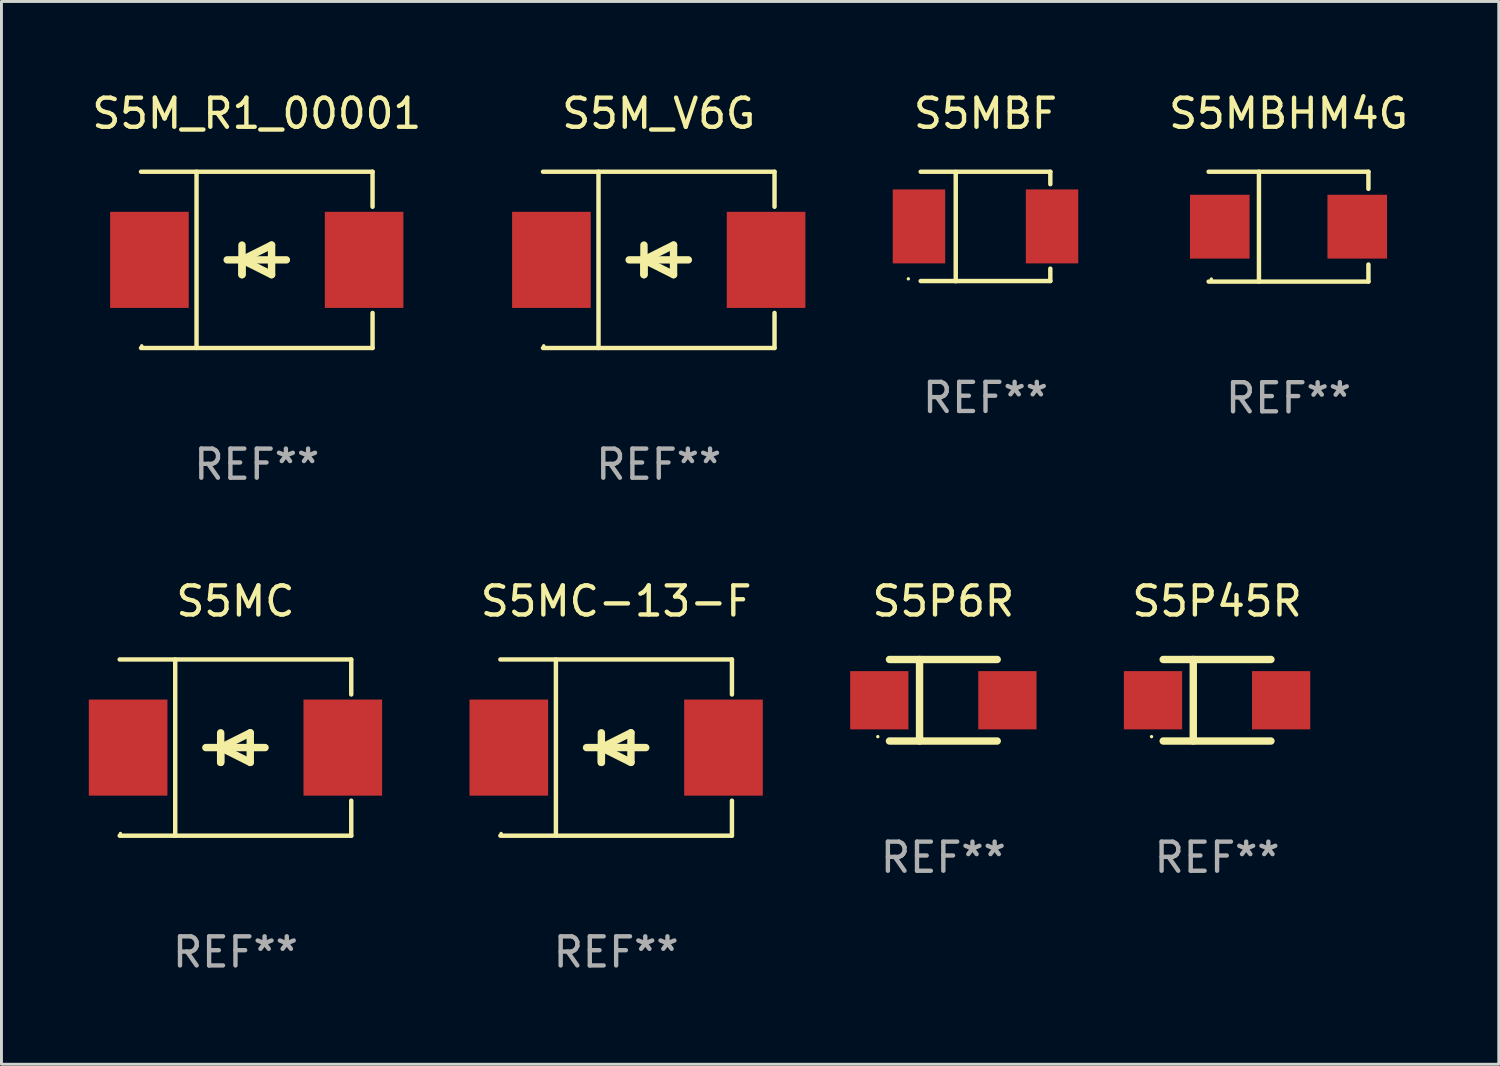
<source format=kicad_pcb>
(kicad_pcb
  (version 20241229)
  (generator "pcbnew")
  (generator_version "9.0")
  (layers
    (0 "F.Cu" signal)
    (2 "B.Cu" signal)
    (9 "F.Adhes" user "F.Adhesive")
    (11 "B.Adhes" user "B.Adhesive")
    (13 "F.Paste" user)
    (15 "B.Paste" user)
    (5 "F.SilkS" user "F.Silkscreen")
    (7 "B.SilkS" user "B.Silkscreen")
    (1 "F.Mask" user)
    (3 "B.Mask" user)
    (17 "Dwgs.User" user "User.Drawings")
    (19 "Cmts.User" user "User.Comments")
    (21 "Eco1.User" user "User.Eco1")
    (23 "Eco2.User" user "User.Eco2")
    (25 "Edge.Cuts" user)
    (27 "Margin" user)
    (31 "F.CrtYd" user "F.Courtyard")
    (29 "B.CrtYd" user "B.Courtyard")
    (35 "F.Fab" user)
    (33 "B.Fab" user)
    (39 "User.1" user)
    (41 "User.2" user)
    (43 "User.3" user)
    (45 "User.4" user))
  (footprint "S5MC-13-F"
    (layer "F.Cu")
    (at 18.109 22.623)
    (property "Reference" "S5MC-13-F" (at 0 -5.026 0) (layer "F.SilkS") (effects (font (size 1 1) (thickness 0.15))))
    (attr through_hole)
    (fp_line (start -3.976 -3.026) (end 3.976 -3.026) (stroke (width 0.152) (type solid)) (layer "F.SilkS"))
    (fp_line (start -3.976 3.026) (end 3.976 3.026) (stroke (width 0.152) (type solid)) (layer "F.SilkS"))
    (fp_line (start -2.069 -3.026) (end -2.069 3.026) (stroke (width 0.152) (type solid)) (layer "F.SilkS"))
    (fp_line (start -0.508 0) (end -0.508 0.508) (stroke (width 0.254) (type solid)) (layer "F.SilkS"))
    (fp_line (start -0.508 0) (end 0.508 0.508) (stroke (width 0.254) (type solid)) (layer "F.SilkS"))
    (fp_line (start -0.508 0.508) (end -0.508 -0.508) (stroke (width 0.254) (type solid)) (layer "F.SilkS"))
    (fp_line (start 0.508 -0.508) (end -0.508 0) (stroke (width 0.254) (type solid)) (layer "F.SilkS"))
    (fp_line (start 0.508 0.508) (end 0.508 -0.508) (stroke (width 0.254) (type solid)) (layer "F.SilkS"))
    (fp_line (start 1.016 0) (end -1.016 0) (stroke (width 0.254) (type solid)) (layer "F.SilkS"))
    (fp_line (start 3.976 -3.026) (end 3.976 -1.823) (stroke (width 0.152) (type solid)) (layer "F.SilkS"))
    (fp_line (start 3.976 3.026) (end 3.976 1.823) (stroke (width 0.152) (type solid)) (layer "F.SilkS"))
    (fp_circle (center -3.95 2.95) (end -3.92 2.95) (stroke (width 0.06) (type solid)) (fill no) (layer "F.SilkS"))
    (fp_text user "REF**" (at 0 7.026 0) (layer "F.Fab") (effects (font (size 1 1) (thickness 0.15))))
    (pad "1" smd rect (at -3.686 0) (size 2.7 3.3) (layers "F.Cu" "F.Mask" "F.Paste"))
    (pad "2" smd rect (at 3.686 0) (size 2.7 3.3) (layers "F.Cu" "F.Mask" "F.Paste")))
  (footprint "S5MBHM4G"
    (layer "F.Cu")
    (at 41.199 4.734)
    (property "Reference" "S5MBHM4G" (at 0 -3.886 0) (layer "F.SilkS") (effects (font (size 1 1) (thickness 0.15))))
    (attr through_hole)
    (fp_line (start -2.744 -1.886) (end 2.744 -1.886) (stroke (width 0.152) (type solid)) (layer "F.SilkS"))
    (fp_line (start -2.744 1.886) (end 2.744 1.886) (stroke (width 0.152) (type solid)) (layer "F.SilkS"))
    (fp_line (start -1.016 -1.886) (end -1.016 1.886) (stroke (width 0.152) (type solid)) (layer "F.SilkS"))
    (fp_line (start 2.744 -1.886) (end 2.744 -1.299) (stroke (width 0.152) (type solid)) (layer "F.SilkS"))
    (fp_line (start 2.744 1.886) (end 2.744 1.299) (stroke (width 0.152) (type solid)) (layer "F.SilkS"))
    (fp_circle (center -2.65 1.8) (end -2.62 1.8) (stroke (width 0.06) (type solid)) (fill no) (layer "F.SilkS"))
    (fp_text user "REF**" (at 0 5.886 0) (layer "F.Fab") (effects (font (size 1 1) (thickness 0.15))))
    (pad "1" smd rect (at -2.361 0) (size 2.047 2.192) (layers "F.Cu" "F.Mask" "F.Paste"))
    (pad "2" smd rect (at 2.361 0) (size 2.047 2.192) (layers "F.Cu" "F.Mask" "F.Paste")))
  (footprint "S5M_V6G"
    (layer "F.Cu")
    (at 19.572 5.874)
    (property "Reference" "S5M_V6G" (at 0 -5.026 0) (layer "F.SilkS") (effects (font (size 1 1) (thickness 0.15))))
    (attr through_hole)
    (fp_line (start -3.976 -3.026) (end 3.976 -3.026) (stroke (width 0.152) (type solid)) (layer "F.SilkS"))
    (fp_line (start -3.976 3.026) (end 3.976 3.026) (stroke (width 0.152) (type solid)) (layer "F.SilkS"))
    (fp_line (start -2.069 -3.026) (end -2.069 3.026) (stroke (width 0.152) (type solid)) (layer "F.SilkS"))
    (fp_line (start -0.508 0) (end -0.508 0.508) (stroke (width 0.254) (type solid)) (layer "F.SilkS"))
    (fp_line (start -0.508 0) (end 0.508 0.508) (stroke (width 0.254) (type solid)) (layer "F.SilkS"))
    (fp_line (start -0.508 0.508) (end -0.508 -0.508) (stroke (width 0.254) (type solid)) (layer "F.SilkS"))
    (fp_line (start 0.508 -0.508) (end -0.508 0) (stroke (width 0.254) (type solid)) (layer "F.SilkS"))
    (fp_line (start 0.508 0.508) (end 0.508 -0.508) (stroke (width 0.254) (type solid)) (layer "F.SilkS"))
    (fp_line (start 1.016 0) (end -1.016 0) (stroke (width 0.254) (type solid)) (layer "F.SilkS"))
    (fp_line (start 3.976 -3.026) (end 3.976 -1.823) (stroke (width 0.152) (type solid)) (layer "F.SilkS"))
    (fp_line (start 3.976 3.026) (end 3.976 1.823) (stroke (width 0.152) (type solid)) (layer "F.SilkS"))
    (fp_circle (center -3.95 2.95) (end -3.92 2.95) (stroke (width 0.06) (type solid)) (fill no) (layer "F.SilkS"))
    (fp_text user "REF**" (at 0 7.026 0) (layer "F.Fab") (effects (font (size 1 1) (thickness 0.15))))
    (pad "1" smd rect (at -3.686 0) (size 2.7 3.3) (layers "F.Cu" "F.Mask" "F.Paste"))
    (pad "2" smd rect (at 3.686 0) (size 2.7 3.3) (layers "F.Cu" "F.Mask" "F.Paste")))
  (footprint "S5M_R1_00001"
    (layer "F.Cu")
    (at 5.768 5.874)
    (property "Reference" "S5M_R1_00001" (at 0 -5.026 0) (layer "F.SilkS") (effects (font (size 1 1) (thickness 0.15))))
    (attr through_hole)
    (fp_line (start -3.976 -3.026) (end 3.976 -3.026) (stroke (width 0.152) (type solid)) (layer "F.SilkS"))
    (fp_line (start -3.976 3.026) (end 3.976 3.026) (stroke (width 0.152) (type solid)) (layer "F.SilkS"))
    (fp_line (start -2.069 -3.026) (end -2.069 3.026) (stroke (width 0.152) (type solid)) (layer "F.SilkS"))
    (fp_line (start -0.508 0) (end -0.508 0.508) (stroke (width 0.254) (type solid)) (layer "F.SilkS"))
    (fp_line (start -0.508 0) (end 0.508 0.508) (stroke (width 0.254) (type solid)) (layer "F.SilkS"))
    (fp_line (start -0.508 0.508) (end -0.508 -0.508) (stroke (width 0.254) (type solid)) (layer "F.SilkS"))
    (fp_line (start 0.508 -0.508) (end -0.508 0) (stroke (width 0.254) (type solid)) (layer "F.SilkS"))
    (fp_line (start 0.508 0.508) (end 0.508 -0.508) (stroke (width 0.254) (type solid)) (layer "F.SilkS"))
    (fp_line (start 1.016 0) (end -1.016 0) (stroke (width 0.254) (type solid)) (layer "F.SilkS"))
    (fp_line (start 3.976 -3.026) (end 3.976 -1.823) (stroke (width 0.152) (type solid)) (layer "F.SilkS"))
    (fp_line (start 3.976 3.026) (end 3.976 1.823) (stroke (width 0.152) (type solid)) (layer "F.SilkS"))
    (fp_circle (center -3.95 2.95) (end -3.92 2.95) (stroke (width 0.06) (type solid)) (fill no) (layer "F.SilkS"))
    (fp_text user "REF**" (at 0 7.026 0) (layer "F.Fab") (effects (font (size 1 1) (thickness 0.15))))
    (pad "1" smd rect (at -3.686 0) (size 2.7 3.3) (layers "F.Cu" "F.Mask" "F.Paste"))
    (pad "2" smd rect (at 3.686 0) (size 2.7 3.3) (layers "F.Cu" "F.Mask" "F.Paste")))
  (footprint "S5P45R"
    (layer "F.Cu")
    (at 38.745 20.997)
    (property "Reference" "S5P45R" (at 0 -3.4 0) (layer "F.SilkS") (effects (font (size 1 1) (thickness 0.15))))
    (attr through_hole)
    (fp_line (start -1.85 -1.4) (end 1.85 -1.4) (stroke (width 0.254) (type solid)) (layer "F.SilkS"))
    (fp_line (start -1.85 1.4) (end 1.85 1.4) (stroke (width 0.254) (type solid)) (layer "F.SilkS"))
    (fp_line (start -0.817 -1.4) (end -0.817 1.4) (stroke (width 0.254) (type solid)) (layer "F.SilkS"))
    (fp_circle (center -2.25 1.25) (end -2.22 1.25) (stroke (width 0.06) (type solid)) (fill no) (layer "F.SilkS"))
    (fp_text user "REF**" (at 0 5.4 0) (layer "F.Fab") (effects (font (size 1 1) (thickness 0.15))))
    (pad "1" smd rect (at -2.2 -0.000013) (size 2 2) (layers "F.Cu" "F.Mask" "F.Paste"))
    (pad "2" smd rect (at 2.2 -0.000013) (size 2 2) (layers "F.Cu" "F.Mask" "F.Paste")))
  (footprint "S5P6R"
    (layer "F.Cu")
    (at 29.345 20.997)
    (property "Reference" "S5P6R" (at 0 -3.4 0) (layer "F.SilkS") (effects (font (size 1 1) (thickness 0.15))))
    (attr through_hole)
    (fp_line (start -1.85 -1.4) (end 1.85 -1.4) (stroke (width 0.254) (type solid)) (layer "F.SilkS"))
    (fp_line (start -1.85 1.4) (end 1.85 1.4) (stroke (width 0.254) (type solid)) (layer "F.SilkS"))
    (fp_line (start -0.817 -1.4) (end -0.817 1.4) (stroke (width 0.254) (type solid)) (layer "F.SilkS"))
    (fp_circle (center -2.25 1.25) (end -2.22 1.25) (stroke (width 0.06) (type solid)) (fill no) (layer "F.SilkS"))
    (fp_text user "REF**" (at 0 5.4 0) (layer "F.Fab") (effects (font (size 1 1) (thickness 0.15))))
    (pad "1" smd rect (at -2.2 -0.000013) (size 2 2) (layers "F.Cu" "F.Mask" "F.Paste"))
    (pad "2" smd rect (at 2.2 -0.000013) (size 2 2) (layers "F.Cu" "F.Mask" "F.Paste")))
  (footprint "S5MC"
    (layer "F.Cu")
    (at 5.036 22.623)
    (property "Reference" "S5MC" (at 0 -5.026 0) (layer "F.SilkS") (effects (font (size 1 1) (thickness 0.15))))
    (attr through_hole)
    (fp_line (start -3.976 -3.026) (end 3.976 -3.026) (stroke (width 0.152) (type solid)) (layer "F.SilkS"))
    (fp_line (start -3.976 3.026) (end 3.976 3.026) (stroke (width 0.152) (type solid)) (layer "F.SilkS"))
    (fp_line (start -2.069 -3.026) (end -2.069 3.026) (stroke (width 0.152) (type solid)) (layer "F.SilkS"))
    (fp_line (start -0.508 0) (end -0.508 0.508) (stroke (width 0.254) (type solid)) (layer "F.SilkS"))
    (fp_line (start -0.508 0) (end 0.508 0.508) (stroke (width 0.254) (type solid)) (layer "F.SilkS"))
    (fp_line (start -0.508 0.508) (end -0.508 -0.508) (stroke (width 0.254) (type solid)) (layer "F.SilkS"))
    (fp_line (start 0.508 -0.508) (end -0.508 0) (stroke (width 0.254) (type solid)) (layer "F.SilkS"))
    (fp_line (start 0.508 0.508) (end 0.508 -0.508) (stroke (width 0.254) (type solid)) (layer "F.SilkS"))
    (fp_line (start 1.016 0) (end -1.016 0) (stroke (width 0.254) (type solid)) (layer "F.SilkS"))
    (fp_line (start 3.976 -3.026) (end 3.976 -1.823) (stroke (width 0.152) (type solid)) (layer "F.SilkS"))
    (fp_line (start 3.976 3.026) (end 3.976 1.823) (stroke (width 0.152) (type solid)) (layer "F.SilkS"))
    (fp_circle (center -3.95 2.95) (end -3.92 2.95) (stroke (width 0.06) (type solid)) (fill no) (layer "F.SilkS"))
    (fp_text user "REF**" (at 0 7.026 0) (layer "F.Fab") (effects (font (size 1 1) (thickness 0.15))))
    (pad "1" smd rect (at -3.686 0) (size 2.7 3.3) (layers "F.Cu" "F.Mask" "F.Paste"))
    (pad "2" smd rect (at 3.686 0) (size 2.7 3.3) (layers "F.Cu" "F.Mask" "F.Paste")))
  (footprint "S5MBF"
    (layer "F.Cu")
    (at 30.793 4.728)
    (property "Reference" "S5MBF" (at 0 -3.88 0) (layer "F.SilkS") (effects (font (size 1 1) (thickness 0.15))))
    (attr through_hole)
    (fp_line (start -2.226 -1.88) (end 2.226 -1.88) (stroke (width 0.152) (type solid)) (layer "F.SilkS"))
    (fp_line (start -2.226 1.873) (end 2.226 1.873) (stroke (width 0.152) (type solid)) (layer "F.SilkS"))
    (fp_line (start -1.022 -1.873) (end -1.022 1.88) (stroke (width 0.152) (type solid)) (layer "F.SilkS"))
    (fp_line (start 2.226 -1.88) (end 2.226 -1.453) (stroke (width 0.152) (type solid)) (layer "F.SilkS"))
    (fp_line (start 2.226 1.447) (end 2.226 1.873) (stroke (width 0.152) (type solid)) (layer "F.SilkS"))
    (fp_circle (center -2.65 1.797) (end -2.62 1.797) (stroke (width 0.06) (type solid)) (fill no) (layer "F.SilkS"))
    (fp_text user "REF**" (at 0 5.88 0) (layer "F.Fab") (effects (font (size 1 1) (thickness 0.15))))
    (pad "1" smd rect (at -2.285 -0.003) (size 1.8 2.54) (layers "F.Cu" "F.Mask" "F.Paste"))
    (pad "2" smd rect (at 2.285 -0.003) (size 1.8 2.54) (layers "F.Cu" "F.Mask" "F.Paste")))
  (gr_rect
    (start -3 -3)
    (end 48.419 33.498)
    (stroke (width 0.1) (type default))
    (fill no)
    (layer "Edge.Cuts")))
</source>
